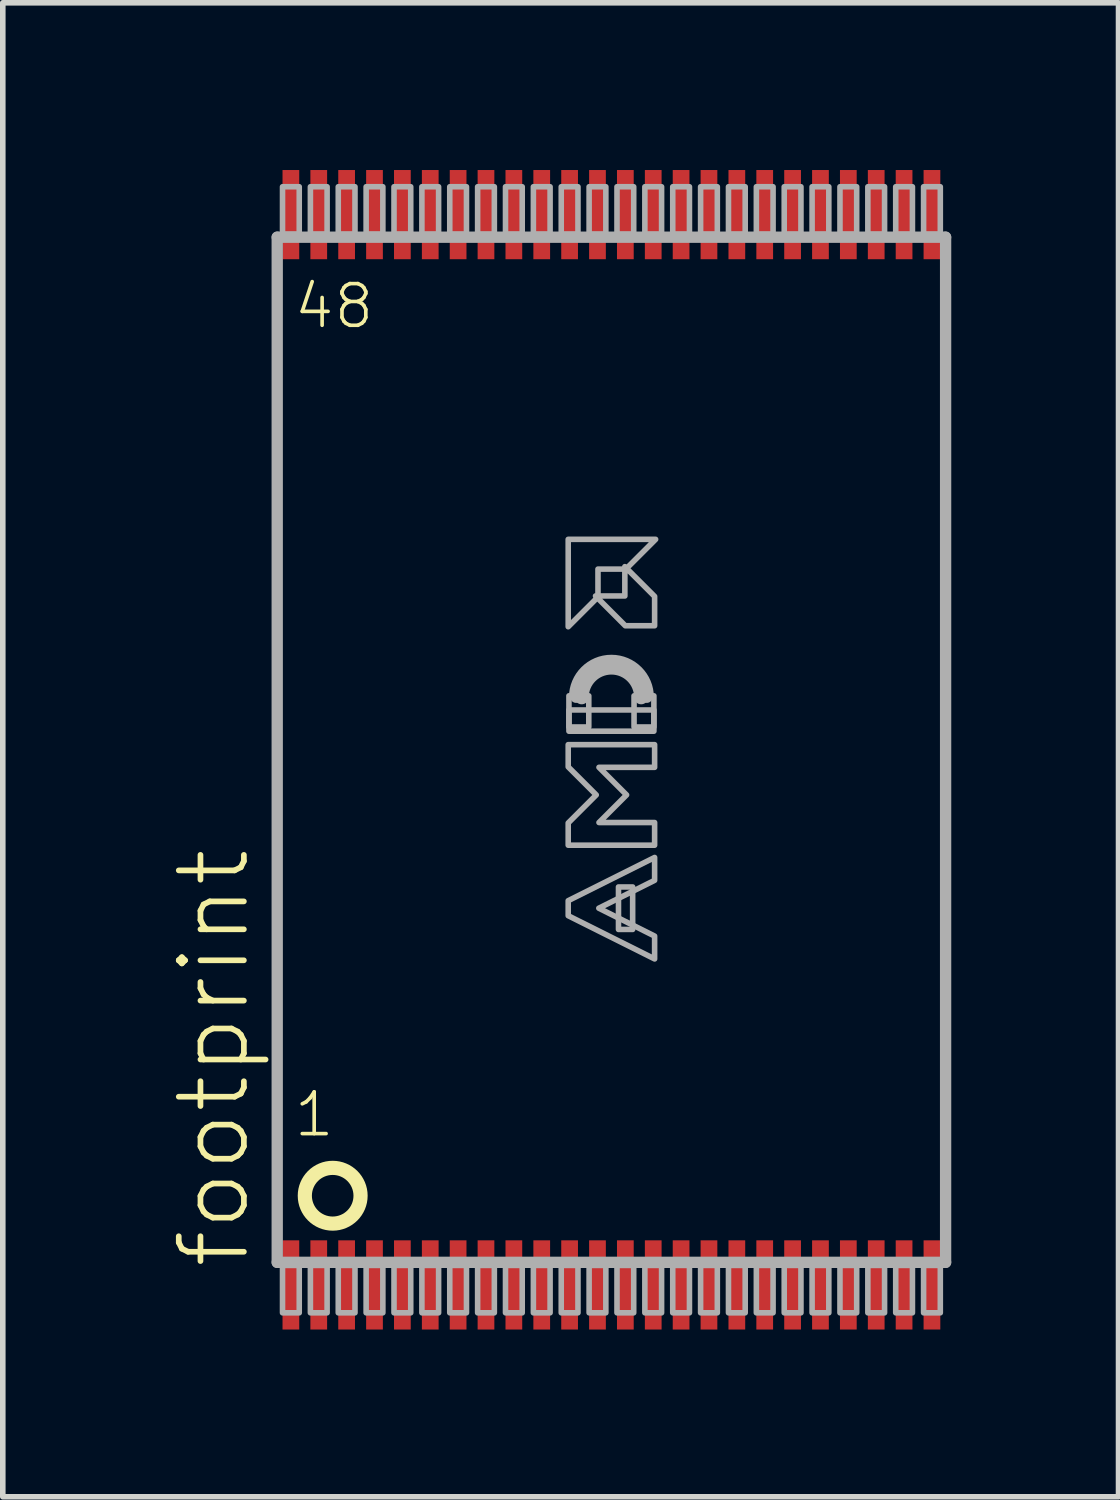
<source format=kicad_pcb>
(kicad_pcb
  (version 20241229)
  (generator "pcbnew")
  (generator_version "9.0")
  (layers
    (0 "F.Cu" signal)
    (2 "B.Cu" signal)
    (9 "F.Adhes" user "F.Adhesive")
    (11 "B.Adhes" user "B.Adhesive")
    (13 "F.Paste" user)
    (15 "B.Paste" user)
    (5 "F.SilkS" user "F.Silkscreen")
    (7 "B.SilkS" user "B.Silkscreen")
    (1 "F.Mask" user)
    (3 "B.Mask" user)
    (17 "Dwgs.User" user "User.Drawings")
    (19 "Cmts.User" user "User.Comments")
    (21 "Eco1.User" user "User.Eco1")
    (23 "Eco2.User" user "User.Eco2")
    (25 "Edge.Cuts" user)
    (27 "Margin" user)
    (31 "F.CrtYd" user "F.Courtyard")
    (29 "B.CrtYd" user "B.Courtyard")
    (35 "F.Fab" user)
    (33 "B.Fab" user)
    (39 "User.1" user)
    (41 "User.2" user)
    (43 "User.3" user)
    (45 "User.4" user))
  (footprint "footprint"
    (layer "F.Cu")
    (at 7.918 10.4)
    (property "Reference" "footprint" (at -6.445 9.35 90) (layer "F.SilkS") (effects (font (size 1.168 1.168) (thickness 0.102)) (justify left bottom)))
    (fp_circle (center -5 8) (end -4.5 8) (stroke (width 0.254) (type solid)) (fill no) (layer "F.SilkS"))
    (fp_line (start -5.995 -9.195) (end 5.995 -9.195) (stroke (width 0.203) (type solid)) (layer "F.Fab"))
    (fp_line (start -5.995 9.195) (end -5.995 -9.195) (stroke (width 0.203) (type solid)) (layer "F.Fab"))
    (fp_line (start 5.995 -9.195) (end 5.995 9.195) (stroke (width 0.203) (type solid)) (layer "F.Fab"))
    (fp_line (start 5.995 9.195) (end -5.995 9.195) (stroke (width 0.203) (type solid)) (layer "F.Fab"))
    (fp_arc (start -0.7366 -0.9426) (mid 0 -1.6792) (end 0.7366 -0.9426) (stroke (width 0.0508) (type solid)) (layer "F.Fab"))
    (fp_arc (start -0.635 -0.9426) (mid 0 -1.5776) (end 0.635 -0.9426) (stroke (width 0.2032) (type solid)) (layer "F.Fab"))
    (fp_arc (start -0.5334 -0.9426) (mid 0 -1.476) (end 0.5334 -0.9426) (stroke (width 0.254) (type solid)) (layer "F.Fab"))
    (fp_poly (pts (xy -5.9 -9.25) (xy -5.6 -9.25) (xy -5.6 -10.1) (xy -5.9 -10.1)) (stroke (width 0.1) (type solid)) (fill no) (layer "F.Fab"))
    (fp_poly (pts (xy -5.9 10.1) (xy -5.6 10.1) (xy -5.6 9.25) (xy -5.9 9.25)) (stroke (width 0.1) (type solid)) (fill no) (layer "F.Fab"))
    (fp_poly (pts (xy -5.4 -9.25) (xy -5.1 -9.25) (xy -5.1 -10.1) (xy -5.4 -10.1)) (stroke (width 0.1) (type solid)) (fill no) (layer "F.Fab"))
    (fp_poly (pts (xy -5.4 10.1) (xy -5.1 10.1) (xy -5.1 9.25) (xy -5.4 9.25)) (stroke (width 0.1) (type solid)) (fill no) (layer "F.Fab"))
    (fp_poly (pts (xy -4.9 -9.25) (xy -4.6 -9.25) (xy -4.6 -10.1) (xy -4.9 -10.1)) (stroke (width 0.1) (type solid)) (fill no) (layer "F.Fab"))
    (fp_poly (pts (xy -4.9 10.1) (xy -4.6 10.1) (xy -4.6 9.25) (xy -4.9 9.25)) (stroke (width 0.1) (type solid)) (fill no) (layer "F.Fab"))
    (fp_poly (pts (xy -4.4 -9.25) (xy -4.1 -9.25) (xy -4.1 -10.1) (xy -4.4 -10.1)) (stroke (width 0.1) (type solid)) (fill no) (layer "F.Fab"))
    (fp_poly (pts (xy -4.4 10.1) (xy -4.1 10.1) (xy -4.1 9.25) (xy -4.4 9.25)) (stroke (width 0.1) (type solid)) (fill no) (layer "F.Fab"))
    (fp_poly (pts (xy -3.9 -9.25) (xy -3.6 -9.25) (xy -3.6 -10.1) (xy -3.9 -10.1)) (stroke (width 0.1) (type solid)) (fill no) (layer "F.Fab"))
    (fp_poly (pts (xy -3.9 10.1) (xy -3.6 10.1) (xy -3.6 9.25) (xy -3.9 9.25)) (stroke (width 0.1) (type solid)) (fill no) (layer "F.Fab"))
    (fp_poly (pts (xy -3.4 -9.25) (xy -3.1 -9.25) (xy -3.1 -10.1) (xy -3.4 -10.1)) (stroke (width 0.1) (type solid)) (fill no) (layer "F.Fab"))
    (fp_poly (pts (xy -3.4 10.1) (xy -3.1 10.1) (xy -3.1 9.25) (xy -3.4 9.25)) (stroke (width 0.1) (type solid)) (fill no) (layer "F.Fab"))
    (fp_poly (pts (xy -2.9 -9.25) (xy -2.6 -9.25) (xy -2.6 -10.1) (xy -2.9 -10.1)) (stroke (width 0.1) (type solid)) (fill no) (layer "F.Fab"))
    (fp_poly (pts (xy -2.9 10.1) (xy -2.6 10.1) (xy -2.6 9.25) (xy -2.9 9.25)) (stroke (width 0.1) (type solid)) (fill no) (layer "F.Fab"))
    (fp_poly (pts (xy -2.4 -9.25) (xy -2.1 -9.25) (xy -2.1 -10.1) (xy -2.4 -10.1)) (stroke (width 0.1) (type solid)) (fill no) (layer "F.Fab"))
    (fp_poly (pts (xy -2.4 10.1) (xy -2.1 10.1) (xy -2.1 9.25) (xy -2.4 9.25)) (stroke (width 0.1) (type solid)) (fill no) (layer "F.Fab"))
    (fp_poly (pts (xy -1.9 -9.25) (xy -1.6 -9.25) (xy -1.6 -10.1) (xy -1.9 -10.1)) (stroke (width 0.1) (type solid)) (fill no) (layer "F.Fab"))
    (fp_poly (pts (xy -1.9 10.1) (xy -1.6 10.1) (xy -1.6 9.25) (xy -1.9 9.25)) (stroke (width 0.1) (type solid)) (fill no) (layer "F.Fab"))
    (fp_poly (pts (xy -1.4 -9.25) (xy -1.1 -9.25) (xy -1.1 -10.1) (xy -1.4 -10.1)) (stroke (width 0.1) (type solid)) (fill no) (layer "F.Fab"))
    (fp_poly (pts (xy -1.4 10.1) (xy -1.1 10.1) (xy -1.1 9.25) (xy -1.4 9.25)) (stroke (width 0.1) (type solid)) (fill no) (layer "F.Fab"))
    (fp_poly (pts (xy -0.9 -9.25) (xy -0.6 -9.25) (xy -0.6 -10.1) (xy -0.9 -10.1)) (stroke (width 0.1) (type solid)) (fill no) (layer "F.Fab"))
    (fp_poly (pts (xy -0.9 10.1) (xy -0.6 10.1) (xy -0.6 9.25) (xy -0.9 9.25)) (stroke (width 0.1) (type solid)) (fill no) (layer "F.Fab"))
    (fp_poly (pts (xy -0.762 -0.409) (xy -0.406 -0.409) (xy -0.406 -0.968) (xy -0.762 -0.968)) (stroke (width 0.1) (type solid)) (fill no) (layer "F.Fab"))
    (fp_poly (pts (xy -0.762 -0.333) (xy 0.762 -0.333) (xy 0.762 -0.714) (xy -0.762 -0.714)) (stroke (width 0.1) (type solid)) (fill no) (layer "F.Fab"))
    (fp_poly (pts (xy -0.4 -9.25) (xy -0.1 -9.25) (xy -0.1 -10.1) (xy -0.4 -10.1)) (stroke (width 0.1) (type solid)) (fill no) (layer "F.Fab"))
    (fp_poly (pts (xy -0.4 10.1) (xy -0.1 10.1) (xy -0.1 9.25) (xy -0.4 9.25)) (stroke (width 0.1) (type solid)) (fill no) (layer "F.Fab"))
    (fp_poly (pts (xy 0.1 -9.25) (xy 0.4 -9.25) (xy 0.4 -10.1) (xy 0.1 -10.1)) (stroke (width 0.1) (type solid)) (fill no) (layer "F.Fab"))
    (fp_poly (pts (xy 0.1 10.1) (xy 0.4 10.1) (xy 0.4 9.25) (xy 0.1 9.25)) (stroke (width 0.1) (type solid)) (fill no) (layer "F.Fab"))
    (fp_poly (pts (xy 0.127 3.223) (xy 0.381 3.223) (xy 0.381 2.461) (xy 0.127 2.461)) (stroke (width 0.1) (type solid)) (fill no) (layer "F.Fab"))
    (fp_poly (pts (xy 0.406 -0.409) (xy 0.762 -0.409) (xy 0.762 -0.968) (xy 0.406 -0.968)) (stroke (width 0.1) (type solid)) (fill no) (layer "F.Fab"))
    (fp_poly (pts (xy 0.6 -9.25) (xy 0.9 -9.25) (xy 0.9 -10.1) (xy 0.6 -10.1)) (stroke (width 0.1) (type solid)) (fill no) (layer "F.Fab"))
    (fp_poly (pts (xy 0.6 10.1) (xy 0.9 10.1) (xy 0.9 9.25) (xy 0.6 9.25)) (stroke (width 0.1) (type solid)) (fill no) (layer "F.Fab"))
    (fp_poly (pts (xy 1.1 -9.25) (xy 1.4 -9.25) (xy 1.4 -10.1) (xy 1.1 -10.1)) (stroke (width 0.1) (type solid)) (fill no) (layer "F.Fab"))
    (fp_poly (pts (xy 1.1 10.1) (xy 1.4 10.1) (xy 1.4 9.25) (xy 1.1 9.25)) (stroke (width 0.1) (type solid)) (fill no) (layer "F.Fab"))
    (fp_poly (pts (xy 1.6 -9.25) (xy 1.9 -9.25) (xy 1.9 -10.1) (xy 1.6 -10.1)) (stroke (width 0.1) (type solid)) (fill no) (layer "F.Fab"))
    (fp_poly (pts (xy 1.6 10.1) (xy 1.9 10.1) (xy 1.9 9.25) (xy 1.6 9.25)) (stroke (width 0.1) (type solid)) (fill no) (layer "F.Fab"))
    (fp_poly (pts (xy 2.1 -9.25) (xy 2.4 -9.25) (xy 2.4 -10.1) (xy 2.1 -10.1)) (stroke (width 0.1) (type solid)) (fill no) (layer "F.Fab"))
    (fp_poly (pts (xy 2.1 10.1) (xy 2.4 10.1) (xy 2.4 9.25) (xy 2.1 9.25)) (stroke (width 0.1) (type solid)) (fill no) (layer "F.Fab"))
    (fp_poly (pts (xy 2.6 -9.25) (xy 2.9 -9.25) (xy 2.9 -10.1) (xy 2.6 -10.1)) (stroke (width 0.1) (type solid)) (fill no) (layer "F.Fab"))
    (fp_poly (pts (xy 2.6 10.1) (xy 2.9 10.1) (xy 2.9 9.25) (xy 2.6 9.25)) (stroke (width 0.1) (type solid)) (fill no) (layer "F.Fab"))
    (fp_poly (pts (xy 3.1 -9.25) (xy 3.4 -9.25) (xy 3.4 -10.1) (xy 3.1 -10.1)) (stroke (width 0.1) (type solid)) (fill no) (layer "F.Fab"))
    (fp_poly (pts (xy 3.1 10.1) (xy 3.4 10.1) (xy 3.4 9.25) (xy 3.1 9.25)) (stroke (width 0.1) (type solid)) (fill no) (layer "F.Fab"))
    (fp_poly (pts (xy 3.6 -9.25) (xy 3.9 -9.25) (xy 3.9 -10.1) (xy 3.6 -10.1)) (stroke (width 0.1) (type solid)) (fill no) (layer "F.Fab"))
    (fp_poly (pts (xy 3.6 10.1) (xy 3.9 10.1) (xy 3.9 9.25) (xy 3.6 9.25)) (stroke (width 0.1) (type solid)) (fill no) (layer "F.Fab"))
    (fp_poly (pts (xy 4.1 -9.25) (xy 4.4 -9.25) (xy 4.4 -10.1) (xy 4.1 -10.1)) (stroke (width 0.1) (type solid)) (fill no) (layer "F.Fab"))
    (fp_poly (pts (xy 4.1 10.1) (xy 4.4 10.1) (xy 4.4 9.25) (xy 4.1 9.25)) (stroke (width 0.1) (type solid)) (fill no) (layer "F.Fab"))
    (fp_poly (pts (xy 4.6 -9.25) (xy 4.9 -9.25) (xy 4.9 -10.1) (xy 4.6 -10.1)) (stroke (width 0.1) (type solid)) (fill no) (layer "F.Fab"))
    (fp_poly (pts (xy 4.6 10.1) (xy 4.9 10.1) (xy 4.9 9.25) (xy 4.6 9.25)) (stroke (width 0.1) (type solid)) (fill no) (layer "F.Fab"))
    (fp_poly (pts (xy 5.1 -9.25) (xy 5.4 -9.25) (xy 5.4 -10.1) (xy 5.1 -10.1)) (stroke (width 0.1) (type solid)) (fill no) (layer "F.Fab"))
    (fp_poly (pts (xy 5.1 10.1) (xy 5.4 10.1) (xy 5.4 9.25) (xy 5.1 9.25)) (stroke (width 0.1) (type solid)) (fill no) (layer "F.Fab"))
    (fp_poly (pts (xy 5.6 -9.25) (xy 5.9 -9.25) (xy 5.9 -10.1) (xy 5.6 -10.1)) (stroke (width 0.1) (type solid)) (fill no) (layer "F.Fab"))
    (fp_poly (pts (xy 5.6 10.1) (xy 5.9 10.1) (xy 5.9 9.25) (xy 5.6 9.25)) (stroke (width 0.1) (type solid)) (fill no) (layer "F.Fab"))
    (fp_poly (pts (xy 0.259 -3.241) (xy -0.241 -3.241) (xy -0.241 -2.741) (xy -0.775 -2.207) (xy -0.775 -3.775) (xy 0.793 -3.775)) (stroke (width 0.1) (type solid)) (fill no) (layer "F.Fab"))
    (fp_poly (pts (xy 0.775 -2.751) (xy 0.775 -2.225) (xy 0.249 -2.225) (xy -0.285 -2.759) (xy 0.241 -2.759) (xy 0.241 -3.285)) (stroke (width 0.1) (type solid)) (fill no) (layer "F.Fab"))
    (fp_poly (pts (xy 0.775 2.342) (xy -0.226 2.842) (xy 0.775 3.342) (xy 0.775 3.752) (xy -0.775 2.977) (xy -0.775 2.707) (xy 0.775 1.932)) (stroke (width 0.1) (type solid)) (fill no) (layer "F.Fab"))
    (fp_poly (pts (xy 0.775 0.315) (xy -0.223 0.315) (xy 0.272 0.81) (xy -0.223 1.305) (xy 0.775 1.305) (xy 0.775 1.712) (xy -0.775 1.712) (xy -0.775 1.313) (xy -0.272 0.81) (xy -0.775 0.307) (xy -0.775 -0.092) (xy 0.775 -0.092)) (stroke (width 0.1) (type solid)) (fill no) (layer "F.Fab"))
    (fp_text user "1" (at -5.731 6.98 0) (layer "F.SilkS") (effects (font (size 0.748 0.748) (thickness 0.065)) (justify left bottom)))
    (fp_text user "48" (at -5.731 -7.52 0) (layer "F.SilkS") (effects (font (size 0.748 0.748) (thickness 0.065)) (justify left bottom)))
    (pad "1" smd rect (at -5.75 9.6) (size 0.3 1.6) (layers "F.Cu" "F.Mask" "F.Paste"))
    (pad "2" smd rect (at -5.25 9.6) (size 0.3 1.6) (layers "F.Cu" "F.Mask" "F.Paste"))
    (pad "3" smd rect (at -4.75 9.6) (size 0.3 1.6) (layers "F.Cu" "F.Mask" "F.Paste"))
    (pad "4" smd rect (at -4.25 9.6) (size 0.3 1.6) (layers "F.Cu" "F.Mask" "F.Paste"))
    (pad "5" smd rect (at -3.75 9.6) (size 0.3 1.6) (layers "F.Cu" "F.Mask" "F.Paste"))
    (pad "6" smd rect (at -3.25 9.6) (size 0.3 1.6) (layers "F.Cu" "F.Mask" "F.Paste"))
    (pad "7" smd rect (at -2.75 9.6) (size 0.3 1.6) (layers "F.Cu" "F.Mask" "F.Paste"))
    (pad "8" smd rect (at -2.25 9.6) (size 0.3 1.6) (layers "F.Cu" "F.Mask" "F.Paste"))
    (pad "9" smd rect (at -1.75 9.6) (size 0.3 1.6) (layers "F.Cu" "F.Mask" "F.Paste"))
    (pad "10" smd rect (at -1.25 9.6) (size 0.3 1.6) (layers "F.Cu" "F.Mask" "F.Paste"))
    (pad "11" smd rect (at -0.75 9.6) (size 0.3 1.6) (layers "F.Cu" "F.Mask" "F.Paste"))
    (pad "12" smd rect (at -0.25 9.6) (size 0.3 1.6) (layers "F.Cu" "F.Mask" "F.Paste"))
    (pad "13" smd rect (at 0.25 9.6) (size 0.3 1.6) (layers "F.Cu" "F.Mask" "F.Paste"))
    (pad "14" smd rect (at 0.75 9.6) (size 0.3 1.6) (layers "F.Cu" "F.Mask" "F.Paste"))
    (pad "15" smd rect (at 1.25 9.6) (size 0.3 1.6) (layers "F.Cu" "F.Mask" "F.Paste"))
    (pad "16" smd rect (at 1.75 9.6) (size 0.3 1.6) (layers "F.Cu" "F.Mask" "F.Paste"))
    (pad "17" smd rect (at 2.25 9.6) (size 0.3 1.6) (layers "F.Cu" "F.Mask" "F.Paste"))
    (pad "18" smd rect (at 2.75 9.6) (size 0.3 1.6) (layers "F.Cu" "F.Mask" "F.Paste"))
    (pad "19" smd rect (at 3.25 9.6) (size 0.3 1.6) (layers "F.Cu" "F.Mask" "F.Paste"))
    (pad "20" smd rect (at 3.75 9.6) (size 0.3 1.6) (layers "F.Cu" "F.Mask" "F.Paste"))
    (pad "21" smd rect (at 4.25 9.6) (size 0.3 1.6) (layers "F.Cu" "F.Mask" "F.Paste"))
    (pad "22" smd rect (at 4.75 9.6) (size 0.3 1.6) (layers "F.Cu" "F.Mask" "F.Paste"))
    (pad "23" smd rect (at 5.25 9.6) (size 0.3 1.6) (layers "F.Cu" "F.Mask" "F.Paste"))
    (pad "24" smd rect (at 5.75 9.6) (size 0.3 1.6) (layers "F.Cu" "F.Mask" "F.Paste"))
    (pad "25" smd rect (at 5.75 -9.6) (size 0.3 1.6) (layers "F.Cu" "F.Mask" "F.Paste"))
    (pad "26" smd rect (at 5.25 -9.6) (size 0.3 1.6) (layers "F.Cu" "F.Mask" "F.Paste"))
    (pad "27" smd rect (at 4.75 -9.6) (size 0.3 1.6) (layers "F.Cu" "F.Mask" "F.Paste"))
    (pad "28" smd rect (at 4.25 -9.6) (size 0.3 1.6) (layers "F.Cu" "F.Mask" "F.Paste"))
    (pad "29" smd rect (at 3.75 -9.6) (size 0.3 1.6) (layers "F.Cu" "F.Mask" "F.Paste"))
    (pad "30" smd rect (at 3.25 -9.6) (size 0.3 1.6) (layers "F.Cu" "F.Mask" "F.Paste"))
    (pad "31" smd rect (at 2.75 -9.6) (size 0.3 1.6) (layers "F.Cu" "F.Mask" "F.Paste"))
    (pad "32" smd rect (at 2.25 -9.6) (size 0.3 1.6) (layers "F.Cu" "F.Mask" "F.Paste"))
    (pad "33" smd rect (at 1.75 -9.6) (size 0.3 1.6) (layers "F.Cu" "F.Mask" "F.Paste"))
    (pad "34" smd rect (at 1.25 -9.6) (size 0.3 1.6) (layers "F.Cu" "F.Mask" "F.Paste"))
    (pad "35" smd rect (at 0.75 -9.6) (size 0.3 1.6) (layers "F.Cu" "F.Mask" "F.Paste"))
    (pad "36" smd rect (at 0.25 -9.6) (size 0.3 1.6) (layers "F.Cu" "F.Mask" "F.Paste"))
    (pad "37" smd rect (at -0.25 -9.6) (size 0.3 1.6) (layers "F.Cu" "F.Mask" "F.Paste"))
    (pad "38" smd rect (at -0.75 -9.6) (size 0.3 1.6) (layers "F.Cu" "F.Mask" "F.Paste"))
    (pad "39" smd rect (at -1.25 -9.6) (size 0.3 1.6) (layers "F.Cu" "F.Mask" "F.Paste"))
    (pad "40" smd rect (at -1.75 -9.6) (size 0.3 1.6) (layers "F.Cu" "F.Mask" "F.Paste"))
    (pad "41" smd rect (at -2.25 -9.6) (size 0.3 1.6) (layers "F.Cu" "F.Mask" "F.Paste"))
    (pad "42" smd rect (at -2.75 -9.6) (size 0.3 1.6) (layers "F.Cu" "F.Mask" "F.Paste"))
    (pad "43" smd rect (at -3.25 -9.6) (size 0.3 1.6) (layers "F.Cu" "F.Mask" "F.Paste"))
    (pad "44" smd rect (at -3.75 -9.6) (size 0.3 1.6) (layers "F.Cu" "F.Mask" "F.Paste"))
    (pad "45" smd rect (at -4.25 -9.6) (size 0.3 1.6) (layers "F.Cu" "F.Mask" "F.Paste"))
    (pad "46" smd rect (at -4.75 -9.6) (size 0.3 1.6) (layers "F.Cu" "F.Mask" "F.Paste"))
    (pad "47" smd rect (at -5.25 -9.6) (size 0.3 1.6) (layers "F.Cu" "F.Mask" "F.Paste"))
    (pad "48" smd rect (at -5.75 -9.6) (size 0.3 1.6) (layers "F.Cu" "F.Mask" "F.Paste")))
  (gr_rect
    (start -3 -3)
    (end 17.015 23.8)
    (stroke (width 0.1) (type default))
    (fill no)
    (layer "Edge.Cuts")))
</source>
